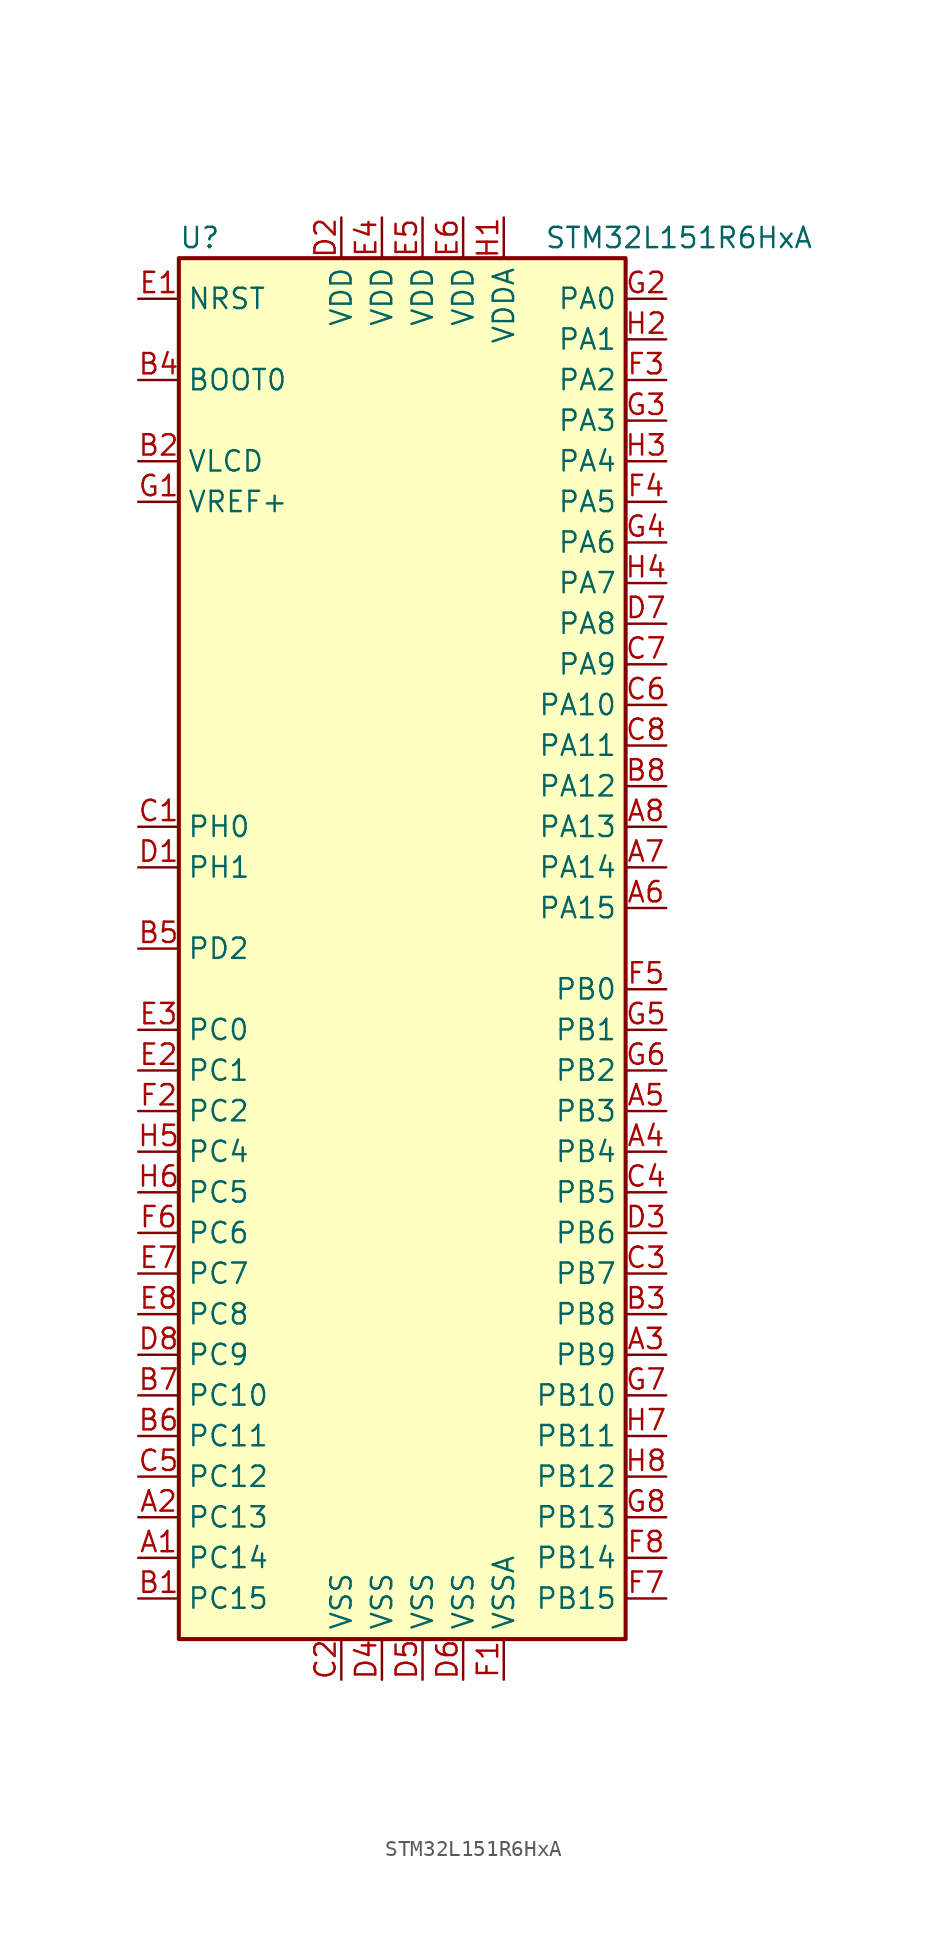
<source format=kicad_sym>
(kicad_symbol_lib
  (version 20201005)
  (generator kicad_symbol_editor)
  (symbol "STM32L151R6HxA"
    (property "Reference" "U"
      (at -15.24 44.45 0)
      (effects (font (size 1.27 1.27)) (justify left)))
    (property "Value" "STM32L151R6HxA"
      (at 7.62 44.45 0)
      (effects (font (size 1.27 1.27)) (justify left)))
    (symbol "STM32L151R6HxA_0_1"
      (rectangle (start -15.24 -43.18) (end 12.7 43.18) (stroke (width 0.254)) (fill (type background))))
    (symbol "STM32L151R6HxA_1_1"
      (pin bidirectional line (at -17.78 -38.1 0) (length 2.54) (name "PC14" (effects (font (size 1.27 1.27)))) (number "A1" (effects (font (size 1.27 1.27)))))
      (pin bidirectional line (at -17.78 -35.56 0) (length 2.54) (name "PC13" (effects (font (size 1.27 1.27)))) (number "A2" (effects (font (size 1.27 1.27)))))
      (pin bidirectional line (at 15.24 -25.4 180) (length 2.54) (name "PB9" (effects (font (size 1.27 1.27)))) (number "A3" (effects (font (size 1.27 1.27)))))
      (pin bidirectional line (at 15.24 -12.7 180) (length 2.54) (name "PB4" (effects (font (size 1.27 1.27)))) (number "A4" (effects (font (size 1.27 1.27)))))
      (pin bidirectional line (at 15.24 -10.16 180) (length 2.54) (name "PB3" (effects (font (size 1.27 1.27)))) (number "A5" (effects (font (size 1.27 1.27)))))
      (pin bidirectional line (at 15.24 2.54 180) (length 2.54) (name "PA15" (effects (font (size 1.27 1.27)))) (number "A6" (effects (font (size 1.27 1.27)))))
      (pin bidirectional line (at 15.24 5.08 180) (length 2.54) (name "PA14" (effects (font (size 1.27 1.27)))) (number "A7" (effects (font (size 1.27 1.27)))))
      (pin bidirectional line (at 15.24 7.62 180) (length 2.54) (name "PA13" (effects (font (size 1.27 1.27)))) (number "A8" (effects (font (size 1.27 1.27)))))
      (pin bidirectional line (at -17.78 -40.64 0) (length 2.54) (name "PC15" (effects (font (size 1.27 1.27)))) (number "B1" (effects (font (size 1.27 1.27)))))
      (pin power_in line (at -17.78 30.48 0) (length 2.54) (name "VLCD" (effects (font (size 1.27 1.27)))) (number "B2" (effects (font (size 1.27 1.27)))))
      (pin bidirectional line (at 15.24 -22.86 180) (length 2.54) (name "PB8" (effects (font (size 1.27 1.27)))) (number "B3" (effects (font (size 1.27 1.27)))))
      (pin input line (at -17.78 35.56 0) (length 2.54) (name "BOOT0" (effects (font (size 1.27 1.27)))) (number "B4" (effects (font (size 1.27 1.27)))))
      (pin bidirectional line (at -17.78 0 0) (length 2.54) (name "PD2" (effects (font (size 1.27 1.27)))) (number "B5" (effects (font (size 1.27 1.27)))))
      (pin bidirectional line (at -17.78 -30.48 0) (length 2.54) (name "PC11" (effects (font (size 1.27 1.27)))) (number "B6" (effects (font (size 1.27 1.27)))))
      (pin bidirectional line (at -17.78 -27.94 0) (length 2.54) (name "PC10" (effects (font (size 1.27 1.27)))) (number "B7" (effects (font (size 1.27 1.27)))))
      (pin bidirectional line (at 15.24 10.16 180) (length 2.54) (name "PA12" (effects (font (size 1.27 1.27)))) (number "B8" (effects (font (size 1.27 1.27)))))
      (pin input line (at -17.78 7.62 0) (length 2.54) (name "PH0" (effects (font (size 1.27 1.27)))) (number "C1" (effects (font (size 1.27 1.27)))))
      (pin power_in line (at -5.08 -45.72 90) (length 2.54) (name "VSS" (effects (font (size 1.27 1.27)))) (number "C2" (effects (font (size 1.27 1.27)))))
      (pin bidirectional line (at 15.24 -20.32 180) (length 2.54) (name "PB7" (effects (font (size 1.27 1.27)))) (number "C3" (effects (font (size 1.27 1.27)))))
      (pin bidirectional line (at 15.24 -15.24 180) (length 2.54) (name "PB5" (effects (font (size 1.27 1.27)))) (number "C4" (effects (font (size 1.27 1.27)))))
      (pin bidirectional line (at -17.78 -33.02 0) (length 2.54) (name "PC12" (effects (font (size 1.27 1.27)))) (number "C5" (effects (font (size 1.27 1.27)))))
      (pin bidirectional line (at 15.24 15.24 180) (length 2.54) (name "PA10" (effects (font (size 1.27 1.27)))) (number "C6" (effects (font (size 1.27 1.27)))))
      (pin bidirectional line (at 15.24 17.78 180) (length 2.54) (name "PA9" (effects (font (size 1.27 1.27)))) (number "C7" (effects (font (size 1.27 1.27)))))
      (pin bidirectional line (at 15.24 12.7 180) (length 2.54) (name "PA11" (effects (font (size 1.27 1.27)))) (number "C8" (effects (font (size 1.27 1.27)))))
      (pin input line (at -17.78 5.08 0) (length 2.54) (name "PH1" (effects (font (size 1.27 1.27)))) (number "D1" (effects (font (size 1.27 1.27)))))
      (pin power_in line (at -5.08 45.72 270) (length 2.54) (name "VDD" (effects (font (size 1.27 1.27)))) (number "D2" (effects (font (size 1.27 1.27)))))
      (pin bidirectional line (at 15.24 -17.78 180) (length 2.54) (name "PB6" (effects (font (size 1.27 1.27)))) (number "D3" (effects (font (size 1.27 1.27)))))
      (pin power_in line (at -2.54 -45.72 90) (length 2.54) (name "VSS" (effects (font (size 1.27 1.27)))) (number "D4" (effects (font (size 1.27 1.27)))))
      (pin power_in line (at 0 -45.72 90) (length 2.54) (name "VSS" (effects (font (size 1.27 1.27)))) (number "D5" (effects (font (size 1.27 1.27)))))
      (pin power_in line (at 2.54 -45.72 90) (length 2.54) (name "VSS" (effects (font (size 1.27 1.27)))) (number "D6" (effects (font (size 1.27 1.27)))))
      (pin bidirectional line (at 15.24 20.32 180) (length 2.54) (name "PA8" (effects (font (size 1.27 1.27)))) (number "D7" (effects (font (size 1.27 1.27)))))
      (pin bidirectional line (at -17.78 -25.4 0) (length 2.54) (name "PC9" (effects (font (size 1.27 1.27)))) (number "D8" (effects (font (size 1.27 1.27)))))
      (pin input line (at -17.78 40.64 0) (length 2.54) (name "NRST" (effects (font (size 1.27 1.27)))) (number "E1" (effects (font (size 1.27 1.27)))))
      (pin bidirectional line (at -17.78 -7.62 0) (length 2.54) (name "PC1" (effects (font (size 1.27 1.27)))) (number "E2" (effects (font (size 1.27 1.27)))))
      (pin bidirectional line (at -17.78 -5.08 0) (length 2.54) (name "PC0" (effects (font (size 1.27 1.27)))) (number "E3" (effects (font (size 1.27 1.27)))))
      (pin power_in line (at -2.54 45.72 270) (length 2.54) (name "VDD" (effects (font (size 1.27 1.27)))) (number "E4" (effects (font (size 1.27 1.27)))))
      (pin power_in line (at 0 45.72 270) (length 2.54) (name "VDD" (effects (font (size 1.27 1.27)))) (number "E5" (effects (font (size 1.27 1.27)))))
      (pin power_in line (at 2.54 45.72 270) (length 2.54) (name "VDD" (effects (font (size 1.27 1.27)))) (number "E6" (effects (font (size 1.27 1.27)))))
      (pin bidirectional line (at -17.78 -20.32 0) (length 2.54) (name "PC7" (effects (font (size 1.27 1.27)))) (number "E7" (effects (font (size 1.27 1.27)))))
      (pin bidirectional line (at -17.78 -22.86 0) (length 2.54) (name "PC8" (effects (font (size 1.27 1.27)))) (number "E8" (effects (font (size 1.27 1.27)))))
      (pin power_in line (at 5.08 -45.72 90) (length 2.54) (name "VSSA" (effects (font (size 1.27 1.27)))) (number "F1" (effects (font (size 1.27 1.27)))))
      (pin bidirectional line (at -17.78 -10.16 0) (length 2.54) (name "PC2" (effects (font (size 1.27 1.27)))) (number "F2" (effects (font (size 1.27 1.27)))))
      (pin bidirectional line (at 15.24 35.56 180) (length 2.54) (name "PA2" (effects (font (size 1.27 1.27)))) (number "F3" (effects (font (size 1.27 1.27)))))
      (pin bidirectional line (at 15.24 27.94 180) (length 2.54) (name "PA5" (effects (font (size 1.27 1.27)))) (number "F4" (effects (font (size 1.27 1.27)))))
      (pin bidirectional line (at 15.24 -2.54 180) (length 2.54) (name "PB0" (effects (font (size 1.27 1.27)))) (number "F5" (effects (font (size 1.27 1.27)))))
      (pin bidirectional line (at -17.78 -17.78 0) (length 2.54) (name "PC6" (effects (font (size 1.27 1.27)))) (number "F6" (effects (font (size 1.27 1.27)))))
      (pin bidirectional line (at 15.24 -40.64 180) (length 2.54) (name "PB15" (effects (font (size 1.27 1.27)))) (number "F7" (effects (font (size 1.27 1.27)))))
      (pin bidirectional line (at 15.24 -38.1 180) (length 2.54) (name "PB14" (effects (font (size 1.27 1.27)))) (number "F8" (effects (font (size 1.27 1.27)))))
      (pin power_in line (at -17.78 27.94 0) (length 2.54) (name "VREF+" (effects (font (size 1.27 1.27)))) (number "G1" (effects (font (size 1.27 1.27)))))
      (pin bidirectional line (at 15.24 40.64 180) (length 2.54) (name "PA0" (effects (font (size 1.27 1.27)))) (number "G2" (effects (font (size 1.27 1.27)))))
      (pin bidirectional line (at 15.24 33.02 180) (length 2.54) (name "PA3" (effects (font (size 1.27 1.27)))) (number "G3" (effects (font (size 1.27 1.27)))))
      (pin bidirectional line (at 15.24 25.4 180) (length 2.54) (name "PA6" (effects (font (size 1.27 1.27)))) (number "G4" (effects (font (size 1.27 1.27)))))
      (pin bidirectional line (at 15.24 -5.08 180) (length 2.54) (name "PB1" (effects (font (size 1.27 1.27)))) (number "G5" (effects (font (size 1.27 1.27)))))
      (pin bidirectional line (at 15.24 -7.62 180) (length 2.54) (name "PB2" (effects (font (size 1.27 1.27)))) (number "G6" (effects (font (size 1.27 1.27)))))
      (pin bidirectional line (at 15.24 -27.94 180) (length 2.54) (name "PB10" (effects (font (size 1.27 1.27)))) (number "G7" (effects (font (size 1.27 1.27)))))
      (pin bidirectional line (at 15.24 -35.56 180) (length 2.54) (name "PB13" (effects (font (size 1.27 1.27)))) (number "G8" (effects (font (size 1.27 1.27)))))
      (pin power_in line (at 5.08 45.72 270) (length 2.54) (name "VDDA" (effects (font (size 1.27 1.27)))) (number "H1" (effects (font (size 1.27 1.27)))))
      (pin bidirectional line (at 15.24 38.1 180) (length 2.54) (name "PA1" (effects (font (size 1.27 1.27)))) (number "H2" (effects (font (size 1.27 1.27)))))
      (pin bidirectional line (at 15.24 30.48 180) (length 2.54) (name "PA4" (effects (font (size 1.27 1.27)))) (number "H3" (effects (font (size 1.27 1.27)))))
      (pin bidirectional line (at 15.24 22.86 180) (length 2.54) (name "PA7" (effects (font (size 1.27 1.27)))) (number "H4" (effects (font (size 1.27 1.27)))))
      (pin bidirectional line (at -17.78 -12.7 0) (length 2.54) (name "PC4" (effects (font (size 1.27 1.27)))) (number "H5" (effects (font (size 1.27 1.27)))))
      (pin bidirectional line (at -17.78 -15.24 0) (length 2.54) (name "PC5" (effects (font (size 1.27 1.27)))) (number "H6" (effects (font (size 1.27 1.27)))))
      (pin bidirectional line (at 15.24 -30.48 180) (length 2.54) (name "PB11" (effects (font (size 1.27 1.27)))) (number "H7" (effects (font (size 1.27 1.27)))))
      (pin bidirectional line (at 15.24 -33.02 180) (length 2.54) (name "PB12" (effects (font (size 1.27 1.27)))) (number "H8" (effects (font (size 1.27 1.27))))))))
</source>
